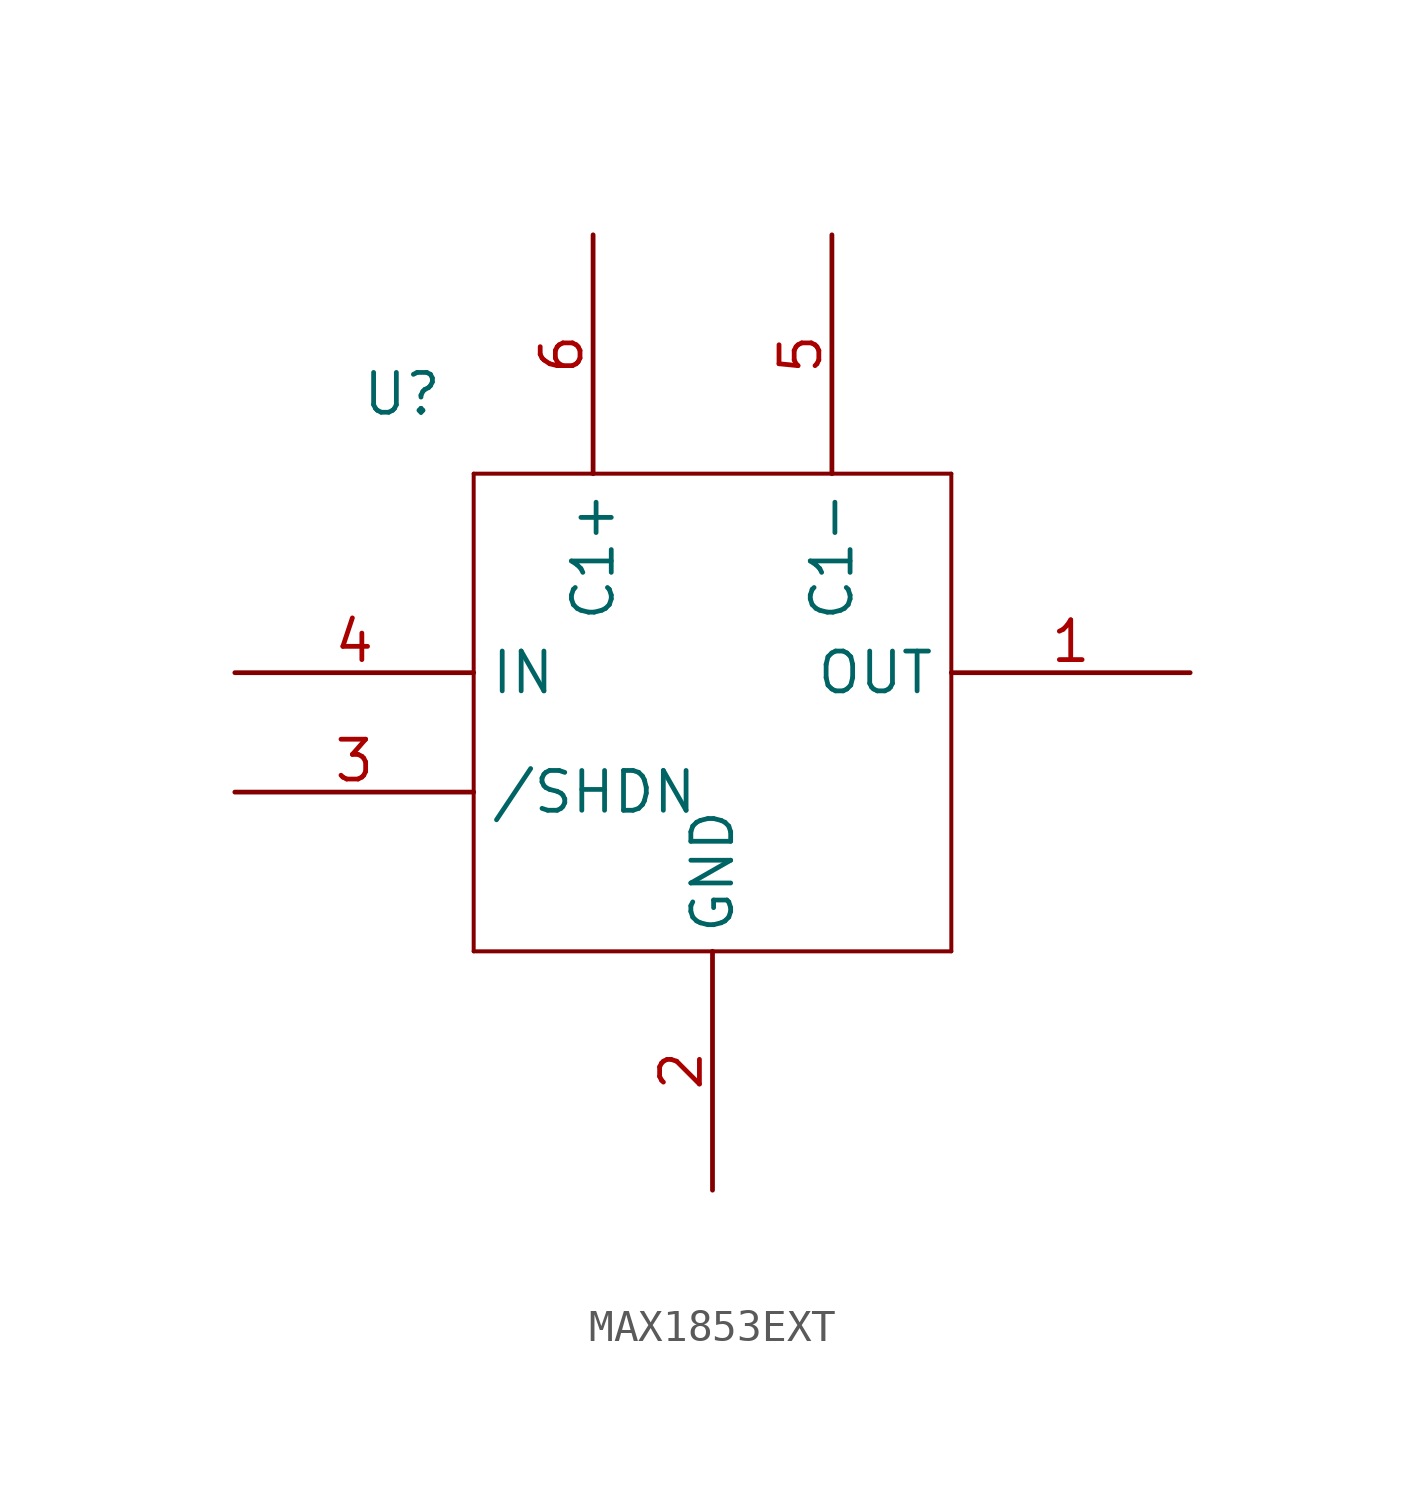
<source format=kicad_sym>
(kicad_symbol_lib
  (version 20231120)
  (generator "kicad_symbol_editor")
  (generator_version "8.0")
  (symbol "MAX1853EXT"
    (property "Reference" "U"
      (at -2.286 17.78 0)
      (effects (font (size 1.27 1.27))))
    (property "Value" ""
      (at 0 0 0)
      (effects (font (size 1.27 1.27))))
    (symbol "MAX1853EXT_0_1"
      (polyline (pts (xy 0 0) (xy 15.24 0)) (stroke (width 0.127) (type default)) (fill (type none)))
      (polyline (pts (xy 0 15.24) (xy 0 0)) (stroke (width 0.127) (type default)) (fill (type none)))
      (polyline (pts (xy 15.24 0) (xy 15.24 15.24)) (stroke (width 0.127) (type default)) (fill (type none)))
      (polyline (pts (xy 15.24 15.24) (xy 0 15.24)) (stroke (width 0.127) (type default)) (fill (type none))))
    (symbol "MAX1853EXT_1_1"
      (pin power_out line (at 22.86 8.89 180) (length 7.62) (name "OUT" (effects (font (size 1.27 1.27)))) (number "1" (effects (font (size 1.27 1.27)))))
      (pin input line (at 7.62 -7.62 90) (length 7.62) (name "GND" (effects (font (size 1.27 1.27)))) (number "2" (effects (font (size 1.27 1.27)))))
      (pin input line (at -7.62 5.08 0) (length 7.62) (name "/SHDN" (effects (font (size 1.27 1.27)))) (number "3" (effects (font (size 1.27 1.27)))))
      (pin power_in line (at -7.62 8.89 0) (length 7.62) (name "IN" (effects (font (size 1.27 1.27)))) (number "4" (effects (font (size 1.27 1.27)))))
      (pin unspecified line (at 11.43 22.86 270) (length 7.62) (name "C1-" (effects (font (size 1.27 1.27)))) (number "5" (effects (font (size 1.27 1.27)))))
      (pin unspecified line (at 3.81 22.86 270) (length 7.62) (name "C1+" (effects (font (size 1.27 1.27)))) (number "6" (effects (font (size 1.27 1.27))))))))
</source>
